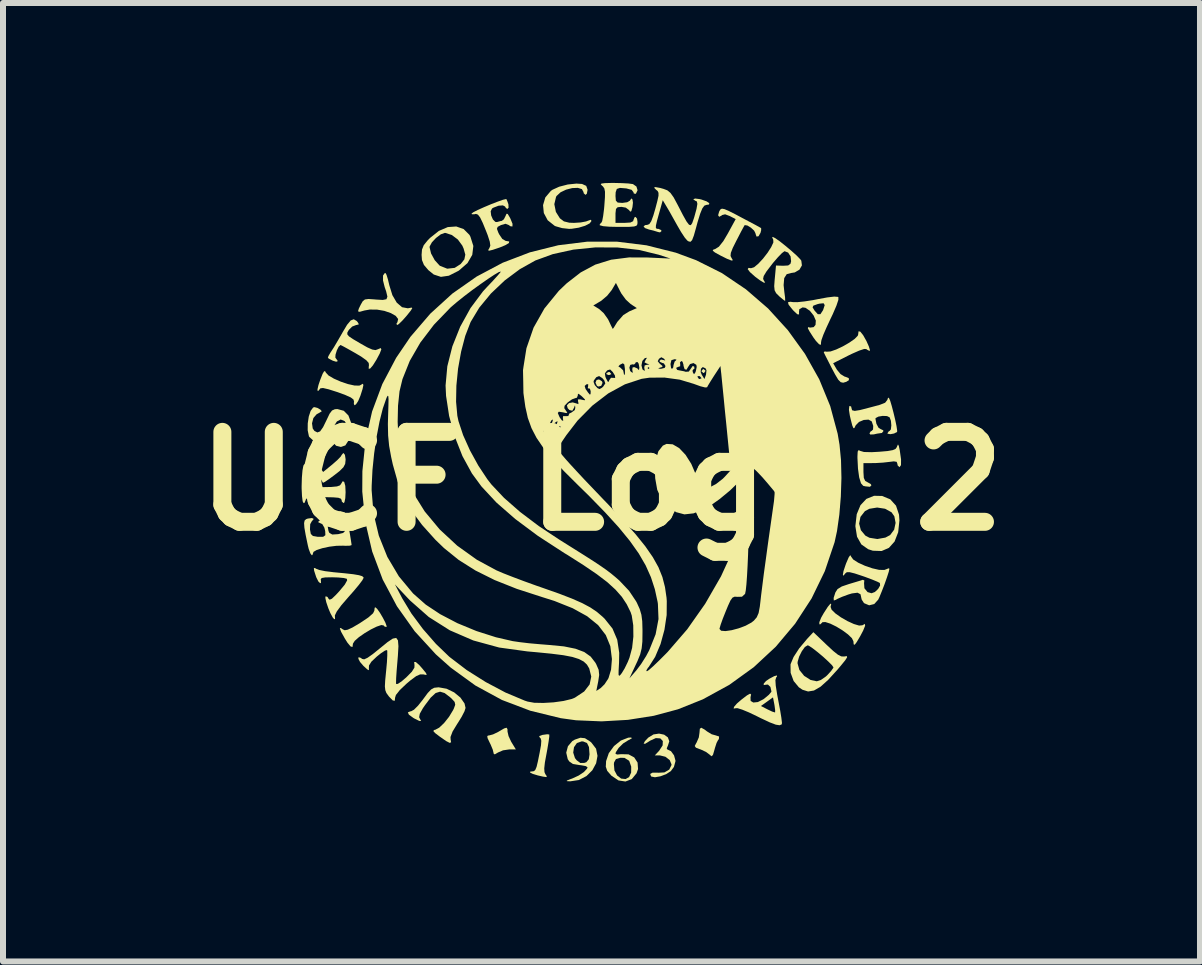
<source format=kicad_pcb>
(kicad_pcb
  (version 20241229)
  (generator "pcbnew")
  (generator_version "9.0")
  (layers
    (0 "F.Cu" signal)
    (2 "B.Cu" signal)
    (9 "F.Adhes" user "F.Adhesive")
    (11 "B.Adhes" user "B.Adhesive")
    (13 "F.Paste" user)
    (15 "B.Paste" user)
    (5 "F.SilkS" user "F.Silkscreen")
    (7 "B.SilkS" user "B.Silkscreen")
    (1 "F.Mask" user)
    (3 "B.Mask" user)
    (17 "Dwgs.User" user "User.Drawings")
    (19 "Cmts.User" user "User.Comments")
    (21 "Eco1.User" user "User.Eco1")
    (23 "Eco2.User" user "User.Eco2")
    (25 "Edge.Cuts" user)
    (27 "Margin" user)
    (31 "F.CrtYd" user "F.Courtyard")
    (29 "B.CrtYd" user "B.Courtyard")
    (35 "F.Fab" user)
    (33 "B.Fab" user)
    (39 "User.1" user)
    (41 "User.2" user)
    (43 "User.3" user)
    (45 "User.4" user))
  (footprint "UCF Logo 2"
    (layer "F.Cu")
    (at 6.979 4.972)
    (property "Reference" "UCF Logo 2" (at 0 0 0) (layer "F.SilkS") (effects (font (size 1.5 1.5) (thickness 0.3))))
    (attr board_only exclude_from_pos_files exclude_from_bom)
    (fp_poly (pts (xy 0.136 -1.818) (xy 0.165 -1.785) (xy 0.132 -1.77) (xy 0.115 -1.769) (xy 0.08 -1.785) (xy 0.084 -1.803) (xy 0.124 -1.822)) (stroke (width 0) (type solid)) (fill yes) (layer "F.SilkS"))
    (fp_poly (pts (xy -0.869 -0.85) (xy -0.867 -0.838) (xy -0.891 -0.791) (xy -0.9 -0.784) (xy -0.931 -0.786) (xy -0.933 -0.797) (xy -0.909 -0.844) (xy -0.9 -0.851)) (stroke (width 0) (type solid)) (fill yes) (layer "F.SilkS"))
    (fp_poly (pts (xy 0.008 -1.664) (xy 0.017 -1.638) (xy -0.006 -1.588) (xy -0.054 -1.577) (xy -0.077 -1.59) (xy -0.101 -1.644) (xy -0.082 -1.687) (xy -0.042 -1.696)) (stroke (width 0) (type solid)) (fill yes) (layer "F.SilkS"))
    (fp_poly (pts (xy 1.732 -1.844) (xy 1.733 -1.836) (xy 1.708 -1.803) (xy 1.7 -1.802) (xy 1.668 -1.828) (xy 1.667 -1.836) (xy 1.692 -1.868) (xy 1.7 -1.869)) (stroke (width 0) (type solid)) (fill yes) (layer "F.SilkS"))
    (fp_poly (pts (xy -1.568 4.135) (xy -1.567 4.177) (xy -1.55 4.251) (xy -1.507 4.343) (xy -1.497 4.36) (xy -1.428 4.473) (xy -1.54 4.473) (xy -1.642 4.488) (xy -1.726 4.524) (xy -1.78 4.556) (xy -1.799 4.543) (xy -1.8 4.532) (xy -1.814 4.475) (xy -1.85 4.389) (xy -1.863 4.363) (xy -1.9 4.285) (xy -1.905 4.249) (xy -1.88 4.239) (xy -1.871 4.239) (xy -1.808 4.222) (xy -1.723 4.181) (xy -1.708 4.172) (xy -1.624 4.123) (xy -1.583 4.111)) (stroke (width 0) (type solid)) (fill yes) (layer "F.SilkS"))
    (fp_poly (pts (xy 1.719 4.142) (xy 1.758 4.172) (xy 1.836 4.22) (xy 1.904 4.239) (xy 1.96 4.257) (xy 1.957 4.3) (xy 1.942 4.319) (xy 1.918 4.365) (xy 1.891 4.449) (xy 1.883 4.479) (xy 1.859 4.561) (xy 1.838 4.587) (xy 1.81 4.568) (xy 1.805 4.562) (xy 1.744 4.516) (xy 1.655 4.474) (xy 1.647 4.472) (xy 1.574 4.444) (xy 1.554 4.416) (xy 1.577 4.371) (xy 1.583 4.362) (xy 1.622 4.273) (xy 1.633 4.198) (xy 1.639 4.129) (xy 1.663 4.111)) (stroke (width 0) (type solid)) (fill yes) (layer "F.SilkS"))
    (fp_poly (pts (xy -0.871 4.224) (xy -0.871 4.26) (xy -0.883 4.346) (xy -0.903 4.467) (xy -0.916 4.538) (xy -0.944 4.689) (xy -0.955 4.789) (xy -0.951 4.852) (xy -0.934 4.89) (xy -0.933 4.89) (xy -0.911 4.922) (xy -0.922 4.934) (xy -0.977 4.926) (xy -1.06 4.907) (xy -1.146 4.881) (xy -1.192 4.858) (xy -1.187 4.842) (xy -1.159 4.84) (xy -1.127 4.835) (xy -1.104 4.814) (xy -1.083 4.764) (xy -1.061 4.672) (xy -1.032 4.529) (xy -1.009 4.403) (xy -1.004 4.328) (xy -1.015 4.288) (xy -1.03 4.274) (xy -1.04 4.251) (xy -0.986 4.231) (xy -0.978 4.23) (xy -0.906 4.22)) (stroke (width 0) (type solid)) (fill yes) (layer "F.SilkS"))
    (fp_poly (pts (xy -4.605 -1.829) (xy -4.597 -1.811) (xy -4.552 -1.762) (xy -4.462 -1.709) (xy -4.348 -1.659) (xy -4.226 -1.618) (xy -4.117 -1.594) (xy -4.038 -1.593) (xy -4.017 -1.602) (xy -3.981 -1.624) (xy -3.97 -1.604) (xy -3.984 -1.537) (xy -4.02 -1.424) (xy -4.057 -1.336) (xy -4.094 -1.28) (xy -4.121 -1.265) (xy -4.13 -1.298) (xy -4.126 -1.326) (xy -4.135 -1.36) (xy -4.18 -1.395) (xy -4.271 -1.436) (xy -4.398 -1.483) (xy -4.549 -1.531) (xy -4.644 -1.553) (xy -4.689 -1.547) (xy -4.692 -1.541) (xy -4.723 -1.504) (xy -4.732 -1.502) (xy -4.736 -1.53) (xy -4.719 -1.603) (xy -4.69 -1.689) (xy -4.65 -1.79) (xy -4.624 -1.834)) (stroke (width 0) (type solid)) (fill yes) (layer "F.SilkS"))
    (fp_poly (pts (xy 3.83 2.048) (xy 3.819 2.096) (xy 3.836 2.143) (xy 3.899 2.205) (xy 3.992 2.271) (xy 4.1 2.333) (xy 4.207 2.382) (xy 4.295 2.408) (xy 4.35 2.403) (xy 4.351 2.402) (xy 4.391 2.38) (xy 4.395 2.411) (xy 4.362 2.492) (xy 4.314 2.583) (xy 4.255 2.683) (xy 4.221 2.728) (xy 4.204 2.721) (xy 4.2 2.671) (xy 4.175 2.619) (xy 4.109 2.555) (xy 4.018 2.488) (xy 3.915 2.425) (xy 3.815 2.376) (xy 3.732 2.349) (xy 3.682 2.352) (xy 3.675 2.362) (xy 3.645 2.389) (xy 3.632 2.385) (xy 3.632 2.35) (xy 3.662 2.276) (xy 3.704 2.202) (xy 3.773 2.095) (xy 3.816 2.043)) (stroke (width 0) (type solid)) (fill yes) (layer "F.SilkS"))
    (fp_poly (pts (xy -3.741 2.129) (xy -3.695 2.194) (xy -3.646 2.277) (xy -3.604 2.358) (xy -3.583 2.416) (xy -3.584 2.431) (xy -3.615 2.426) (xy -3.632 2.406) (xy -3.671 2.399) (xy -3.748 2.425) (xy -3.846 2.473) (xy -3.95 2.535) (xy -4.045 2.601) (xy -4.115 2.663) (xy -4.145 2.71) (xy -4.145 2.715) (xy -4.152 2.765) (xy -4.184 2.756) (xy -4.237 2.692) (xy -4.28 2.623) (xy -4.341 2.513) (xy -4.363 2.455) (xy -4.348 2.447) (xy -4.316 2.47) (xy -4.282 2.486) (xy -4.232 2.477) (xy -4.154 2.441) (xy -4.035 2.371) (xy -4.024 2.364) (xy -3.888 2.273) (xy -3.809 2.203) (xy -3.788 2.16) (xy -3.782 2.111) (xy -3.771 2.103)) (stroke (width 0) (type solid)) (fill yes) (layer "F.SilkS"))
    (fp_poly (pts (xy 4.678 0.247) (xy 4.814 0.303) (xy 4.91 0.409) (xy 4.96 0.559) (xy 4.967 0.654) (xy 4.946 0.852) (xy 4.886 1.007) (xy 4.792 1.112) (xy 4.67 1.165) (xy 4.524 1.16) (xy 4.446 1.135) (xy 4.332 1.055) (xy 4.26 0.927) (xy 4.233 0.756) (xy 4.233 0.743) (xy 4.237 0.708) (xy 4.295 0.708) (xy 4.324 0.818) (xy 4.399 0.908) (xy 4.467 0.944) (xy 4.599 0.965) (xy 4.733 0.941) (xy 4.812 0.899) (xy 4.879 0.809) (xy 4.903 0.696) (xy 4.882 0.586) (xy 4.835 0.519) (xy 4.727 0.46) (xy 4.595 0.44) (xy 4.465 0.461) (xy 4.392 0.5) (xy 4.317 0.596) (xy 4.295 0.708) (xy 4.237 0.708) (xy 4.255 0.551) (xy 4.318 0.4) (xy 4.416 0.296) (xy 4.544 0.244)) (stroke (width 0) (type solid)) (fill yes) (layer "F.SilkS"))
    (fp_poly (pts (xy 4.314 -2.493) (xy 4.361 -2.435) (xy 4.417 -2.336) (xy 4.457 -2.246) (xy 4.475 -2.186) (xy 4.469 -2.17) (xy 4.423 -2.194) (xy 4.417 -2.202) (xy 4.379 -2.204) (xy 4.295 -2.176) (xy 4.177 -2.124) (xy 4.129 -2.101) (xy 3.862 -1.966) (xy 3.924 -1.859) (xy 3.985 -1.785) (xy 4.051 -1.744) (xy 4.06 -1.742) (xy 4.122 -1.718) (xy 4.125 -1.684) (xy 4.081 -1.656) (xy 4.029 -1.641) (xy 3.988 -1.65) (xy 3.947 -1.691) (xy 3.896 -1.776) (xy 3.842 -1.877) (xy 3.783 -1.993) (xy 3.735 -2.087) (xy 3.708 -2.142) (xy 3.705 -2.148) (xy 3.72 -2.163) (xy 3.754 -2.158) (xy 3.818 -2.162) (xy 3.913 -2.195) (xy 4.023 -2.247) (xy 4.131 -2.309) (xy 4.22 -2.371) (xy 4.272 -2.424) (xy 4.279 -2.445) (xy 4.285 -2.498)) (stroke (width 0) (type solid)) (fill yes) (layer "F.SilkS"))
    (fp_poly (pts (xy 4.957 -0.586) (xy 4.972 -0.517) (xy 4.994 -0.362) (xy 4.993 -0.267) (xy 4.969 -0.234) (xy 4.967 -0.234) (xy 4.938 -0.261) (xy 4.933 -0.288) (xy 4.921 -0.322) (xy 4.873 -0.33) (xy 4.808 -0.322) (xy 4.693 -0.309) (xy 4.561 -0.301) (xy 4.525 -0.301) (xy 4.367 -0.3) (xy 4.367 -0.152) (xy 4.373 -0.054) (xy 4.397 -0.003) (xy 4.433 0.017) (xy 4.487 0.047) (xy 4.5 0.069) (xy 4.476 0.094) (xy 4.401 0.087) (xy 4.363 0.078) (xy 4.326 0.036) (xy 4.296 -0.063) (xy 4.276 -0.207) (xy 4.267 -0.386) (xy 4.267 -0.413) (xy 4.271 -0.493) (xy 4.287 -0.518) (xy 4.311 -0.505) (xy 4.376 -0.486) (xy 4.504 -0.483) (xy 4.632 -0.49) (xy 4.77 -0.502) (xy 4.855 -0.517) (xy 4.902 -0.537) (xy 4.924 -0.568) (xy 4.928 -0.581) (xy 4.943 -0.612)) (stroke (width 0) (type solid)) (fill yes) (layer "F.SilkS"))
    (fp_poly (pts (xy 1.044 4.227) (xy 1.106 4.272) (xy 1.13 4.337) (xy 1.108 4.406) (xy 1.087 4.456) (xy 1.097 4.473) (xy 1.158 4.502) (xy 1.209 4.572) (xy 1.233 4.66) (xy 1.233 4.669) (xy 1.207 4.765) (xy 1.155 4.835) (xy 1.078 4.885) (xy 0.982 4.921) (xy 0.891 4.937) (xy 0.83 4.925) (xy 0.826 4.921) (xy 0.811 4.882) (xy 0.851 4.86) (xy 0.934 4.86) (xy 0.945 4.862) (xy 1.049 4.856) (xy 1.129 4.809) (xy 1.166 4.735) (xy 1.167 4.723) (xy 1.137 4.651) (xy 1.065 4.595) (xy 0.975 4.573) (xy 0.888 4.573) (xy 0.961 4.495) (xy 1.019 4.405) (xy 1.022 4.333) (xy 0.98 4.289) (xy 0.905 4.284) (xy 0.808 4.328) (xy 0.796 4.337) (xy 0.727 4.379) (xy 0.702 4.376) (xy 0.723 4.336) (xy 0.78 4.276) (xy 0.866 4.223) (xy 0.959 4.209)) (stroke (width 0) (type solid)) (fill yes) (layer "F.SilkS"))
    (fp_poly (pts (xy -3.585 -3.441) (xy -3.561 -3.363) (xy -3.538 -3.266) (xy -3.487 -3.101) (xy -3.414 -2.976) (xy -3.326 -2.9) (xy -3.23 -2.882) (xy -3.212 -2.885) (xy -3.167 -2.894) (xy -3.155 -2.885) (xy -3.179 -2.845) (xy -3.242 -2.766) (xy -3.251 -2.755) (xy -3.323 -2.674) (xy -3.381 -2.618) (xy -3.408 -2.603) (xy -3.42 -2.623) (xy -3.403 -2.65) (xy -3.391 -2.703) (xy -3.432 -2.756) (xy -3.513 -2.802) (xy -3.621 -2.839) (xy -3.742 -2.86) (xy -3.864 -2.861) (xy -3.954 -2.845) (xy -4.032 -2.823) (xy -4.06 -2.831) (xy -4.046 -2.878) (xy -4.014 -2.943) (xy -3.981 -3) (xy -3.945 -3.029) (xy -3.885 -3.037) (xy -3.782 -3.03) (xy -3.764 -3.028) (xy -3.647 -3.021) (xy -3.586 -3.033) (xy -3.57 -3.076) (xy -3.591 -3.164) (xy -3.615 -3.234) (xy -3.643 -3.345) (xy -3.643 -3.428) (xy -3.614 -3.469) (xy -3.603 -3.471)) (stroke (width 0) (type solid)) (fill yes) (layer "F.SilkS"))
    (fp_poly (pts (xy -0.325 -4.955) (xy -0.255 -4.923) (xy -0.233 -4.86) (xy -0.233 -4.854) (xy -0.245 -4.792) (xy -0.267 -4.773) (xy -0.297 -4.8) (xy -0.3 -4.819) (xy -0.327 -4.869) (xy -0.395 -4.89) (xy -0.489 -4.886) (xy -0.591 -4.86) (xy -0.683 -4.816) (xy -0.749 -4.755) (xy -0.758 -4.74) (xy -0.787 -4.618) (xy -0.761 -4.489) (xy -0.694 -4.382) (xy -0.627 -4.331) (xy -0.538 -4.309) (xy -0.459 -4.306) (xy -0.348 -4.313) (xy -0.257 -4.33) (xy -0.231 -4.34) (xy -0.179 -4.358) (xy -0.167 -4.338) (xy -0.197 -4.298) (xy -0.274 -4.258) (xy -0.38 -4.226) (xy -0.495 -4.208) (xy -0.541 -4.206) (xy -0.658 -4.219) (xy -0.766 -4.25) (xy -0.783 -4.258) (xy -0.898 -4.35) (xy -0.962 -4.47) (xy -0.975 -4.602) (xy -0.937 -4.73) (xy -0.845 -4.839) (xy -0.818 -4.858) (xy -0.706 -4.909) (xy -0.563 -4.946) (xy -0.419 -4.961)) (stroke (width 0) (type solid)) (fill yes) (layer "F.SilkS"))
    (fp_poly (pts (xy -2.299 -4.203) (xy -2.203 -4.107) (xy -2.186 -4.076) (xy -2.137 -3.921) (xy -2.155 -3.773) (xy -2.235 -3.635) (xy -2.378 -3.511) (xy -2.392 -3.503) (xy -2.546 -3.425) (xy -2.678 -3.406) (xy -2.797 -3.445) (xy -2.887 -3.518) (xy -2.961 -3.605) (xy -2.994 -3.687) (xy -3 -3.773) (xy -2.993 -3.862) (xy -2.977 -3.901) (xy -2.867 -3.901) (xy -2.842 -3.796) (xy -2.781 -3.684) (xy -2.701 -3.596) (xy -2.693 -3.59) (xy -2.572 -3.542) (xy -2.448 -3.556) (xy -2.348 -3.62) (xy -2.287 -3.698) (xy -2.271 -3.776) (xy -2.299 -3.877) (xy -2.321 -3.927) (xy -2.395 -4.028) (xy -2.496 -4.104) (xy -2.602 -4.138) (xy -2.612 -4.139) (xy -2.68 -4.115) (xy -2.759 -4.055) (xy -2.828 -3.982) (xy -2.865 -3.914) (xy -2.867 -3.901) (xy -2.977 -3.901) (xy -2.964 -3.934) (xy -2.901 -4.012) (xy -2.858 -4.056) (xy -2.712 -4.172) (xy -2.563 -4.236) (xy -2.422 -4.246)) (stroke (width 0) (type solid)) (fill yes) (layer "F.SilkS"))
    (fp_poly (pts (xy 0.509 4.284) (xy 0.466 4.311) (xy 0.446 4.32) (xy 0.361 4.373) (xy 0.286 4.447) (xy 0.239 4.519) (xy 0.233 4.546) (xy 0.261 4.558) (xy 0.329 4.552) (xy 0.329 4.552) (xy 0.45 4.555) (xy 0.545 4.606) (xy 0.601 4.692) (xy 0.609 4.8) (xy 0.584 4.871) (xy 0.504 4.968) (xy 0.399 5.008) (xy 0.283 4.99) (xy 0.167 4.912) (xy 0.16 4.905) (xy 0.095 4.83) (xy 0.071 4.761) (xy 0.074 4.717) (xy 0.206 4.717) (xy 0.215 4.823) (xy 0.26 4.907) (xy 0.327 4.959) (xy 0.402 4.967) (xy 0.46 4.933) (xy 0.494 4.859) (xy 0.495 4.76) (xy 0.463 4.668) (xy 0.457 4.66) (xy 0.383 4.614) (xy 0.315 4.612) (xy 0.241 4.633) (xy 0.21 4.688) (xy 0.206 4.717) (xy 0.074 4.717) (xy 0.076 4.668) (xy 0.121 4.536) (xy 0.208 4.417) (xy 0.322 4.325) (xy 0.445 4.277) (xy 0.49 4.274)) (stroke (width 0) (type solid)) (fill yes) (layer "F.SilkS"))
    (fp_poly (pts (xy -0.276 4.286) (xy -0.19 4.341) (xy -0.169 4.359) (xy -0.091 4.461) (xy -0.067 4.58) (xy -0.09 4.704) (xy -0.153 4.82) (xy -0.251 4.917) (xy -0.377 4.983) (xy -0.522 5.005) (xy -0.577 5.002) (xy -0.579 4.993) (xy -0.523 4.97) (xy -0.489 4.958) (xy -0.382 4.909) (xy -0.294 4.85) (xy -0.241 4.793) (xy -0.233 4.77) (xy -0.263 4.751) (xy -0.338 4.737) (xy -0.374 4.733) (xy -0.476 4.716) (xy -0.537 4.674) (xy -0.563 4.636) (xy -0.588 4.529) (xy -0.588 4.526) (xy -0.472 4.526) (xy -0.443 4.617) (xy -0.414 4.654) (xy -0.353 4.699) (xy -0.289 4.698) (xy -0.253 4.686) (xy -0.212 4.636) (xy -0.2 4.555) (xy -0.209 4.434) (xy -0.242 4.366) (xy -0.306 4.34) (xy -0.333 4.339) (xy -0.411 4.367) (xy -0.459 4.436) (xy -0.472 4.526) (xy -0.588 4.526) (xy -0.56 4.42) (xy -0.486 4.333) (xy -0.446 4.31) (xy -0.352 4.278)) (stroke (width 0) (type solid)) (fill yes) (layer "F.SilkS"))
    (fp_poly (pts (xy 2.051 -4.535) (xy 2.123 -4.504) (xy 2.236 -4.447) (xy 2.326 -4.399) (xy 2.458 -4.329) (xy 2.566 -4.272) (xy 2.638 -4.232) (xy 2.661 -4.219) (xy 2.662 -4.185) (xy 2.651 -4.141) (xy 2.618 -4.083) (xy 2.584 -4.078) (xy 2.567 -4.127) (xy 2.567 -4.133) (xy 2.544 -4.177) (xy 2.491 -4.226) (xy 2.432 -4.262) (xy 2.389 -4.269) (xy 2.384 -4.265) (xy 2.366 -4.233) (xy 2.325 -4.157) (xy 2.27 -4.05) (xy 2.251 -4.014) (xy 2.188 -3.888) (xy 2.156 -3.806) (xy 2.151 -3.754) (xy 2.167 -3.722) (xy 2.19 -3.683) (xy 2.166 -3.678) (xy 2.091 -3.708) (xy 1.983 -3.762) (xy 1.892 -3.812) (xy 1.854 -3.842) (xy 1.862 -3.859) (xy 1.895 -3.87) (xy 1.957 -3.909) (xy 2.031 -4.002) (xy 2.106 -4.129) (xy 2.237 -4.369) (xy 2.14 -4.419) (xy 2.061 -4.449) (xy 2.011 -4.437) (xy 2.006 -4.431) (xy 1.962 -4.407) (xy 1.944 -4.433) (xy 1.961 -4.494) (xy 1.965 -4.502) (xy 1.983 -4.531) (xy 2.008 -4.543)) (stroke (width 0) (type solid)) (fill yes) (layer "F.SilkS"))
    (fp_poly (pts (xy -4.771 1.452) (xy -4.758 1.461) (xy -4.706 1.481) (xy -4.608 1.501) (xy -4.485 1.516) (xy -4.483 1.517) (xy -4.283 1.536) (xy -4.139 1.552) (xy -4.045 1.568) (xy -3.991 1.584) (xy -3.969 1.603) (xy -3.967 1.613) (xy -3.988 1.653) (xy -4.046 1.73) (xy -4.131 1.832) (xy -4.216 1.928) (xy -4.337 2.068) (xy -4.414 2.173) (xy -4.446 2.239) (xy -4.445 2.253) (xy -4.443 2.296) (xy -4.455 2.303) (xy -4.481 2.274) (xy -4.521 2.2) (xy -4.555 2.119) (xy -4.589 2.019) (xy -4.605 1.946) (xy -4.6 1.919) (xy -4.568 1.931) (xy -4.553 1.958) (xy -4.533 1.977) (xy -4.495 1.96) (xy -4.431 1.899) (xy -4.37 1.833) (xy -4.28 1.724) (xy -4.241 1.654) (xy -4.246 1.628) (xy -4.297 1.615) (xy -4.393 1.606) (xy -4.491 1.603) (xy -4.605 1.605) (xy -4.665 1.615) (xy -4.682 1.636) (xy -4.679 1.652) (xy -4.677 1.695) (xy -4.69 1.702) (xy -4.72 1.674) (xy -4.755 1.605) (xy -4.76 1.591) (xy -4.792 1.492) (xy -4.796 1.447)) (stroke (width 0) (type solid)) (fill yes) (layer "F.SilkS"))
    (fp_poly (pts (xy 3.754 2.73) (xy 3.864 2.832) (xy 3.942 2.894) (xy 3.998 2.922) (xy 4.046 2.924) (xy 4.059 2.921) (xy 4.092 2.918) (xy 4.094 2.938) (xy 4.063 2.987) (xy 3.993 3.073) (xy 3.933 3.144) (xy 3.779 3.313) (xy 3.651 3.428) (xy 3.542 3.491) (xy 3.444 3.507) (xy 3.351 3.478) (xy 3.29 3.437) (xy 3.203 3.332) (xy 3.153 3.196) (xy 3.151 3.06) (xy 3.153 3.049) (xy 3.158 3.037) (xy 3.268 3.037) (xy 3.299 3.148) (xy 3.378 3.246) (xy 3.486 3.315) (xy 3.589 3.337) (xy 3.657 3.315) (xy 3.739 3.258) (xy 3.764 3.235) (xy 3.827 3.166) (xy 3.863 3.115) (xy 3.867 3.105) (xy 3.843 3.069) (xy 3.78 3.006) (xy 3.696 2.929) (xy 3.603 2.851) (xy 3.518 2.785) (xy 3.456 2.744) (xy 3.437 2.737) (xy 3.391 2.765) (xy 3.34 2.835) (xy 3.295 2.925) (xy 3.27 3.011) (xy 3.268 3.037) (xy 3.158 3.037) (xy 3.202 2.932) (xy 3.295 2.789) (xy 3.425 2.633) (xy 3.438 2.619) (xy 3.532 2.518)) (stroke (width 0) (type solid)) (fill yes) (layer "F.SilkS"))
    (fp_poly (pts (xy -4.737 -1.221) (xy -4.688 -1.193) (xy -4.665 -1.167) (xy -4.668 -1.162) (xy -4.706 -1.139) (xy -4.75 -1.115) (xy -4.804 -1.053) (xy -4.827 -0.964) (xy -4.815 -0.878) (xy -4.786 -0.837) (xy -4.737 -0.812) (xy -4.692 -0.83) (xy -4.643 -0.899) (xy -4.583 -1.021) (xy -4.534 -1.124) (xy -4.493 -1.178) (xy -4.446 -1.199) (xy -4.404 -1.202) (xy -4.297 -1.173) (xy -4.22 -1.095) (xy -4.177 -0.979) (xy -4.174 -0.84) (xy -4.213 -0.688) (xy -4.215 -0.683) (xy -4.271 -0.596) (xy -4.345 -0.57) (xy -4.425 -0.59) (xy -4.453 -0.62) (xy -4.43 -0.652) (xy -4.371 -0.668) (xy -4.37 -0.668) (xy -4.307 -0.697) (xy -4.262 -0.768) (xy -4.24 -0.859) (xy -4.249 -0.947) (xy -4.283 -1.001) (xy -4.349 -1.028) (xy -4.412 -0.995) (xy -4.475 -0.898) (xy -4.494 -0.856) (xy -4.547 -0.76) (xy -4.605 -0.688) (xy -4.628 -0.67) (xy -4.717 -0.653) (xy -4.808 -0.679) (xy -4.872 -0.737) (xy -4.879 -0.751) (xy -4.899 -0.848) (xy -4.898 -0.963) (xy -4.881 -1.077) (xy -4.85 -1.171) (xy -4.809 -1.227) (xy -4.786 -1.234)) (stroke (width 0) (type solid)) (fill yes) (layer "F.SilkS"))
    (fp_poly (pts (xy -4.083 -2.671) (xy -4.067 -2.653) (xy -4.045 -2.615) (xy -4.08 -2.604) (xy -4.092 -2.603) (xy -4.158 -2.577) (xy -4.213 -2.521) (xy -4.237 -2.48) (xy -4.239 -2.448) (xy -4.211 -2.414) (xy -4.143 -2.368) (xy -4.028 -2.3) (xy -3.904 -2.23) (xy -3.822 -2.194) (xy -3.768 -2.185) (xy -3.728 -2.199) (xy -3.681 -2.219) (xy -3.671 -2.197) (xy -3.698 -2.127) (xy -3.753 -2.024) (xy -3.812 -1.93) (xy -3.857 -1.878) (xy -3.882 -1.873) (xy -3.88 -1.921) (xy -3.877 -1.931) (xy -3.882 -1.971) (xy -3.922 -2.016) (xy -4.006 -2.076) (xy -4.1 -2.132) (xy -4.211 -2.195) (xy -4.298 -2.243) (xy -4.347 -2.268) (xy -4.352 -2.27) (xy -4.382 -2.242) (xy -4.413 -2.18) (xy -4.435 -2.109) (xy -4.438 -2.06) (xy -4.433 -2.053) (xy -4.401 -2.009) (xy -4.4 -1.999) (xy -4.424 -1.991) (xy -4.48 -2.008) (xy -4.542 -2.04) (xy -4.562 -2.055) (xy -4.553 -2.086) (xy -4.516 -2.149) (xy -4.509 -2.159) (xy -4.46 -2.235) (xy -4.394 -2.347) (xy -4.323 -2.47) (xy -4.319 -2.478) (xy -4.242 -2.607) (xy -4.182 -2.679) (xy -4.131 -2.699)) (stroke (width 0) (type solid)) (fill yes) (layer "F.SilkS"))
    (fp_poly (pts (xy 3.943 -3.072) (xy 3.949 -3.068) (xy 3.949 -3.023) (xy 3.917 -2.927) (xy 3.855 -2.783) (xy 3.815 -2.7) (xy 3.75 -2.56) (xy 3.698 -2.44) (xy 3.667 -2.353) (xy 3.66 -2.316) (xy 3.658 -2.273) (xy 3.627 -2.282) (xy 3.574 -2.339) (xy 3.533 -2.395) (xy 3.469 -2.495) (xy 3.44 -2.549) (xy 3.444 -2.568) (xy 3.478 -2.56) (xy 3.537 -2.568) (xy 3.568 -2.605) (xy 3.573 -2.677) (xy 3.536 -2.762) (xy 3.474 -2.84) (xy 3.401 -2.89) (xy 3.353 -2.897) (xy 3.298 -2.867) (xy 3.293 -2.829) (xy 3.293 -2.779) (xy 3.263 -2.783) (xy 3.201 -2.842) (xy 3.183 -2.862) (xy 3.154 -2.898) (xy 3.519 -2.898) (xy 3.551 -2.845) (xy 3.606 -2.783) (xy 3.649 -2.783) (xy 3.691 -2.847) (xy 3.696 -2.858) (xy 3.721 -2.935) (xy 3.702 -2.966) (xy 3.632 -2.959) (xy 3.6 -2.951) (xy 3.532 -2.926) (xy 3.519 -2.898) (xy 3.154 -2.898) (xy 3.12 -2.941) (xy 3.108 -2.982) (xy 3.146 -2.991) (xy 3.192 -2.985) (xy 3.264 -2.984) (xy 3.381 -2.996) (xy 3.524 -3.018) (xy 3.6 -3.033) (xy 3.763 -3.063) (xy 3.88 -3.077)) (stroke (width 0) (type solid)) (fill yes) (layer "F.SilkS"))
    (fp_poly (pts (xy -2.583 3.461) (xy -2.457 3.522) (xy -2.352 3.609) (xy -2.284 3.707) (xy -2.267 3.781) (xy -2.285 3.838) (xy -2.332 3.929) (xy -2.398 4.036) (xy -2.402 4.041) (xy -2.483 4.174) (xy -2.518 4.266) (xy -2.516 4.307) (xy -2.508 4.354) (xy -2.531 4.364) (xy -2.59 4.334) (xy -2.693 4.262) (xy -2.695 4.261) (xy -2.775 4.2) (xy -2.805 4.166) (xy -2.791 4.149) (xy -2.771 4.145) (xy -2.706 4.11) (xy -2.625 4.033) (xy -2.543 3.93) (xy -2.475 3.818) (xy -2.462 3.791) (xy -2.439 3.728) (xy -2.449 3.681) (xy -2.5 3.625) (xy -2.527 3.601) (xy -2.616 3.533) (xy -2.692 3.51) (xy -2.766 3.533) (xy -2.847 3.608) (xy -2.945 3.738) (xy -2.978 3.786) (xy -3.03 3.878) (xy -3.041 3.936) (xy -3.028 3.961) (xy -3.008 3.999) (xy -3.038 3.998) (xy -3.116 3.96) (xy -3.137 3.948) (xy -3.212 3.893) (xy -3.229 3.855) (xy -3.187 3.838) (xy -3.175 3.837) (xy -3.127 3.811) (xy -3.058 3.742) (xy -2.979 3.643) (xy -2.975 3.637) (xy -2.898 3.533) (xy -2.841 3.473) (xy -2.789 3.445) (xy -2.725 3.438) (xy -2.712 3.438)) (stroke (width 0) (type solid)) (fill yes) (layer "F.SilkS"))
    (fp_poly (pts (xy 2.926 3.256) (xy 2.912 3.273) (xy 2.899 3.317) (xy 2.905 3.411) (xy 2.929 3.561) (xy 2.95 3.672) (xy 2.978 3.82) (xy 2.998 3.942) (xy 3.008 4.025) (xy 3.006 4.054) (xy 2.969 4.07) (xy 2.905 4.06) (xy 2.805 4.022) (xy 2.66 3.954) (xy 2.588 3.918) (xy 2.458 3.856) (xy 2.347 3.81) (xy 2.27 3.786) (xy 2.246 3.785) (xy 2.203 3.792) (xy 2.209 3.764) (xy 2.222 3.749) (xy 2.658 3.749) (xy 2.771 3.807) (xy 2.845 3.842) (xy 2.89 3.856) (xy 2.894 3.855) (xy 2.895 3.819) (xy 2.885 3.743) (xy 2.882 3.725) (xy 2.859 3.605) (xy 2.759 3.677) (xy 2.658 3.749) (xy 2.222 3.749) (xy 2.257 3.708) (xy 2.331 3.644) (xy 2.425 3.572) (xy 2.477 3.543) (xy 2.494 3.557) (xy 2.484 3.602) (xy 2.486 3.664) (xy 2.531 3.691) (xy 2.607 3.683) (xy 2.698 3.637) (xy 2.718 3.622) (xy 2.789 3.563) (xy 2.829 3.516) (xy 2.833 3.506) (xy 2.816 3.431) (xy 2.775 3.392) (xy 2.747 3.393) (xy 2.704 3.4) (xy 2.705 3.375) (xy 2.742 3.333) (xy 2.797 3.295) (xy 2.878 3.252) (xy 2.924 3.239)) (stroke (width 0) (type solid)) (fill yes) (layer "F.SilkS"))
    (fp_poly (pts (xy 2.897 -4.051) (xy 2.974 -3.997) (xy 3.068 -3.922) (xy 3.167 -3.839) (xy 3.254 -3.761) (xy 3.314 -3.699) (xy 3.331 -3.676) (xy 3.341 -3.597) (xy 3.3 -3.526) (xy 3.222 -3.48) (xy 3.165 -3.471) (xy 3.088 -3.451) (xy 3.046 -3.385) (xy 3.036 -3.268) (xy 3.048 -3.154) (xy 3.06 -3.065) (xy 3.062 -3.012) (xy 3.06 -3.005) (xy 3.031 -3.025) (xy 2.972 -3.074) (xy 2.959 -3.086) (xy 2.911 -3.134) (xy 2.886 -3.182) (xy 2.879 -3.251) (xy 2.887 -3.362) (xy 2.889 -3.38) (xy 2.909 -3.595) (xy 3.029 -3.591) (xy 3.112 -3.596) (xy 3.15 -3.624) (xy 3.161 -3.665) (xy 3.152 -3.748) (xy 3.111 -3.811) (xy 3.054 -3.833) (xy 3.047 -3.831) (xy 3.008 -3.802) (xy 2.941 -3.733) (xy 2.859 -3.638) (xy 2.836 -3.608) (xy 2.75 -3.496) (xy 2.704 -3.42) (xy 2.694 -3.373) (xy 2.704 -3.35) (xy 2.728 -3.31) (xy 2.707 -3.309) (xy 2.648 -3.344) (xy 2.563 -3.407) (xy 2.475 -3.485) (xy 2.437 -3.535) (xy 2.452 -3.556) (xy 2.492 -3.55) (xy 2.543 -3.566) (xy 2.613 -3.624) (xy 2.692 -3.709) (xy 2.768 -3.807) (xy 2.829 -3.902) (xy 2.865 -3.98) (xy 2.863 -4.026) (xy 2.845 -4.064) (xy 2.855 -4.072)) (stroke (width 0) (type solid)) (fill yes) (layer "F.SilkS"))
    (fp_poly (pts (xy -4.278 -0.438) (xy -4.267 -0.366) (xy -4.267 -0.354) (xy -4.274 -0.288) (xy -4.303 -0.232) (xy -4.366 -0.169) (xy -4.453 -0.101) (xy -4.545 -0.033) (xy -4.613 0.013) (xy -4.644 0.028) (xy -4.644 0.028) (xy -4.698 -0.063) (xy -4.749 -0.106) (xy -4.818 -0.117) (xy -4.82 -0.117) (xy -4.888 -0.108) (xy -4.918 -0.067) (xy -4.927 -0.008) (xy -4.938 0.1) (xy -4.651 0.1) (xy -4.504 0.097) (xy -4.411 0.088) (xy -4.362 0.071) (xy -4.345 0.05) (xy -4.315 0.001) (xy -4.29 0.013) (xy -4.272 0.079) (xy -4.267 0.184) (xy -4.272 0.284) (xy -4.286 0.351) (xy -4.3 0.367) (xy -4.33 0.34) (xy -4.333 0.317) (xy -4.345 0.293) (xy -4.388 0.277) (xy -4.473 0.27) (xy -4.612 0.267) (xy -4.633 0.267) (xy -4.78 0.269) (xy -4.871 0.276) (xy -4.918 0.29) (xy -4.933 0.313) (xy -4.933 0.317) (xy -4.951 0.361) (xy -4.967 0.367) (xy -4.983 0.336) (xy -4.994 0.249) (xy -5 0.12) (xy -5 0.081) (xy -4.996 -0.058) (xy -4.986 -0.177) (xy -4.971 -0.256) (xy -4.965 -0.269) (xy -4.905 -0.324) (xy -4.824 -0.328) (xy -4.741 -0.282) (xy -4.706 -0.243) (xy -4.641 -0.153) (xy -4.487 -0.279) (xy -4.405 -0.351) (xy -4.349 -0.409) (xy -4.333 -0.436) (xy -4.308 -0.466) (xy -4.3 -0.467)) (stroke (width 0) (type solid)) (fill yes) (layer "F.SilkS"))
    (fp_poly (pts (xy -1.586 -4.702) (xy -1.569 -4.664) (xy -1.552 -4.614) (xy -1.55 -4.558) (xy -1.573 -4.537) (xy -1.603 -4.566) (xy -1.607 -4.578) (xy -1.645 -4.598) (xy -1.717 -4.592) (xy -1.799 -4.561) (xy -1.825 -4.546) (xy -1.848 -4.5) (xy -1.84 -4.43) (xy -1.811 -4.363) (xy -1.77 -4.322) (xy -1.743 -4.32) (xy -1.68 -4.337) (xy -1.663 -4.339) (xy -1.628 -4.366) (xy -1.604 -4.413) (xy -1.584 -4.458) (xy -1.564 -4.455) (xy -1.531 -4.4) (xy -1.519 -4.377) (xy -1.484 -4.291) (xy -1.485 -4.246) (xy -1.52 -4.25) (xy -1.545 -4.269) (xy -1.601 -4.291) (xy -1.677 -4.269) (xy -1.731 -4.24) (xy -1.744 -4.207) (xy -1.721 -4.145) (xy -1.708 -4.118) (xy -1.654 -4.038) (xy -1.597 -4.005) (xy -1.594 -4.005) (xy -1.539 -3.996) (xy -1.544 -3.97) (xy -1.604 -3.934) (xy -1.696 -3.896) (xy -1.812 -3.857) (xy -1.874 -3.842) (xy -1.891 -3.85) (xy -1.872 -3.882) (xy -1.87 -3.885) (xy -1.854 -3.926) (xy -1.863 -3.993) (xy -1.898 -4.101) (xy -1.921 -4.16) (xy -1.98 -4.305) (xy -2.024 -4.396) (xy -2.06 -4.443) (xy -2.094 -4.456) (xy -2.119 -4.45) (xy -2.161 -4.449) (xy -2.167 -4.461) (xy -2.138 -4.483) (xy -2.064 -4.521) (xy -1.961 -4.567) (xy -1.845 -4.616) (xy -1.734 -4.659) (xy -1.644 -4.691) (xy -1.592 -4.703)) (stroke (width 0) (type solid)) (fill yes) (layer "F.SilkS"))
    (fp_poly (pts (xy -3.394 2.655) (xy -3.386 2.752) (xy -3.395 2.909) (xy -3.404 3.018) (xy -3.416 3.162) (xy -3.424 3.282) (xy -3.426 3.361) (xy -3.424 3.383) (xy -3.396 3.38) (xy -3.334 3.339) (xy -3.256 3.272) (xy -3.163 3.178) (xy -3.12 3.11) (xy -3.118 3.066) (xy -3.124 3.015) (xy -3.096 3.016) (xy -3.037 3.068) (xy -2.987 3.125) (xy -2.929 3.196) (xy -2.913 3.227) (xy -2.935 3.23) (xy -2.97 3.222) (xy -3.024 3.222) (xy -3.09 3.251) (xy -3.181 3.318) (xy -3.25 3.376) (xy -3.363 3.483) (xy -3.428 3.565) (xy -3.442 3.61) (xy -3.447 3.662) (xy -3.481 3.656) (xy -3.544 3.591) (xy -3.554 3.577) (xy -3.587 3.532) (xy -3.605 3.485) (xy -3.612 3.422) (xy -3.607 3.326) (xy -3.593 3.181) (xy -3.591 3.162) (xy -3.578 3.021) (xy -3.572 2.907) (xy -3.572 2.834) (xy -3.576 2.816) (xy -3.61 2.825) (xy -3.677 2.869) (xy -3.747 2.925) (xy -3.837 3.01) (xy -3.877 3.074) (xy -3.879 3.121) (xy -3.877 3.152) (xy -3.904 3.14) (xy -3.969 3.081) (xy -3.97 3.08) (xy -4.026 3.015) (xy -4.054 2.962) (xy -4.051 2.935) (xy -4.015 2.946) (xy -3.991 2.964) (xy -3.957 2.971) (xy -3.901 2.945) (xy -3.813 2.883) (xy -3.692 2.785) (xy -3.567 2.683) (xy -3.48 2.625) (xy -3.423 2.614)) (stroke (width 0) (type solid)) (fill yes) (layer "F.SilkS"))
    (fp_poly (pts (xy 4.16 1.254) (xy 4.16 1.256) (xy 4.196 1.306) (xy 4.28 1.36) (xy 4.392 1.411) (xy 4.514 1.453) (xy 4.627 1.479) (xy 4.714 1.481) (xy 4.74 1.472) (xy 4.787 1.453) (xy 4.8 1.461) (xy 4.789 1.511) (xy 4.759 1.604) (xy 4.719 1.718) (xy 4.674 1.834) (xy 4.634 1.932) (xy 4.613 1.976) (xy 4.547 2.049) (xy 4.462 2.07) (xy 4.381 2.036) (xy 4.373 2.029) (xy 4.338 1.975) (xy 4.333 1.954) (xy 4.318 1.886) (xy 4.268 1.86) (xy 4.175 1.872) (xy 4.115 1.89) (xy 4.012 1.928) (xy 3.933 1.963) (xy 3.908 1.978) (xy 3.873 1.99) (xy 3.87 1.947) (xy 3.899 1.856) (xy 3.935 1.8) (xy 4.006 1.756) (xy 4.124 1.716) (xy 4.234 1.683) (xy 4.32 1.657) (xy 4.356 1.645) (xy 4.382 1.656) (xy 4.377 1.7) (xy 4.383 1.786) (xy 4.436 1.85) (xy 4.502 1.869) (xy 4.558 1.848) (xy 4.612 1.797) (xy 4.645 1.74) (xy 4.641 1.698) (xy 4.641 1.698) (xy 4.6 1.677) (xy 4.513 1.641) (xy 4.395 1.597) (xy 4.355 1.583) (xy 4.222 1.539) (xy 4.138 1.518) (xy 4.09 1.518) (xy 4.066 1.537) (xy 4.065 1.537) (xy 4.034 1.577) (xy 4.024 1.562) (xy 4.034 1.501) (xy 4.066 1.404) (xy 4.079 1.368) (xy 4.121 1.271) (xy 4.147 1.234)) (stroke (width 0) (type solid)) (fill yes) (layer "F.SilkS"))
    (fp_poly (pts (xy 4.794 -1.383) (xy 4.813 -1.34) (xy 4.839 -1.253) (xy 4.868 -1.142) (xy 4.896 -1.025) (xy 4.918 -0.919) (xy 4.929 -0.845) (xy 4.928 -0.82) (xy 4.877 -0.794) (xy 4.815 -0.783) (xy 4.772 -0.79) (xy 4.767 -0.799) (xy 4.791 -0.833) (xy 4.8 -0.834) (xy 4.824 -0.862) (xy 4.832 -0.929) (xy 4.825 -1.006) (xy 4.804 -1.063) (xy 4.76 -1.085) (xy 4.688 -1.088) (xy 4.616 -1.076) (xy 4.571 -1.052) (xy 4.567 -1.04) (xy 4.583 -0.957) (xy 4.618 -0.891) (xy 4.654 -0.868) (xy 4.696 -0.848) (xy 4.7 -0.834) (xy 4.674 -0.803) (xy 4.658 -0.801) (xy 4.594 -0.792) (xy 4.542 -0.78) (xy 4.482 -0.777) (xy 4.467 -0.797) (xy 4.49 -0.833) (xy 4.5 -0.834) (xy 4.527 -0.861) (xy 4.53 -0.922) (xy 4.507 -0.99) (xy 4.504 -0.997) (xy 4.451 -1.026) (xy 4.372 -1.02) (xy 4.293 -0.987) (xy 4.239 -0.932) (xy 4.234 -0.923) (xy 4.216 -0.885) (xy 4.2 -0.883) (xy 4.181 -0.927) (xy 4.156 -1.024) (xy 4.14 -1.093) (xy 4.125 -1.189) (xy 4.131 -1.247) (xy 4.137 -1.254) (xy 4.162 -1.244) (xy 4.167 -1.22) (xy 4.178 -1.182) (xy 4.221 -1.171) (xy 4.308 -1.185) (xy 4.367 -1.2) (xy 4.478 -1.229) (xy 4.603 -1.262) (xy 4.625 -1.267) (xy 4.728 -1.307) (xy 4.766 -1.355) (xy 4.767 -1.36) (xy 4.778 -1.393)) (stroke (width 0) (type solid)) (fill yes) (layer "F.SilkS"))
    (fp_poly (pts (xy 0.98 -4.888) (xy 1.033 -4.873) (xy 1.097 -4.849) (xy 1.149 -4.806) (xy 1.202 -4.732) (xy 1.267 -4.611) (xy 1.275 -4.596) (xy 1.358 -4.435) (xy 1.417 -4.33) (xy 1.459 -4.275) (xy 1.488 -4.267) (xy 1.512 -4.302) (xy 1.537 -4.374) (xy 1.547 -4.405) (xy 1.584 -4.54) (xy 1.598 -4.623) (xy 1.589 -4.664) (xy 1.567 -4.673) (xy 1.534 -4.695) (xy 1.533 -4.702) (xy 1.562 -4.712) (xy 1.633 -4.703) (xy 1.667 -4.695) (xy 1.753 -4.664) (xy 1.797 -4.634) (xy 1.792 -4.612) (xy 1.749 -4.606) (xy 1.714 -4.593) (xy 1.68 -4.546) (xy 1.644 -4.457) (xy 1.601 -4.317) (xy 1.576 -4.224) (xy 1.539 -4.093) (xy 1.51 -4.018) (xy 1.482 -3.99) (xy 1.448 -3.999) (xy 1.428 -4.013) (xy 1.386 -4.063) (xy 1.327 -4.153) (xy 1.267 -4.256) (xy 1.198 -4.379) (xy 1.132 -4.497) (xy 1.089 -4.57) (xy 1.021 -4.684) (xy 0.961 -4.47) (xy 0.925 -4.34) (xy 0.907 -4.262) (xy 0.906 -4.222) (xy 0.922 -4.207) (xy 0.95 -4.206) (xy 0.994 -4.186) (xy 1 -4.169) (xy 0.975 -4.147) (xy 0.942 -4.154) (xy 0.864 -4.178) (xy 0.792 -4.195) (xy 0.723 -4.22) (xy 0.701 -4.25) (xy 0.732 -4.27) (xy 0.761 -4.272) (xy 0.797 -4.286) (xy 0.829 -4.334) (xy 0.864 -4.429) (xy 0.897 -4.542) (xy 0.932 -4.675) (xy 0.95 -4.758) (xy 0.95 -4.807) (xy 0.935 -4.838) (xy 0.91 -4.858) (xy 0.875 -4.894) (xy 0.898 -4.903)) (stroke (width 0) (type solid)) (fill yes) (layer "F.SilkS"))
    (fp_poly (pts (xy -4.279 0.522) (xy -4.252 0.576) (xy -4.237 0.65) (xy -4.218 0.755) (xy -4.197 0.87) (xy -4.18 0.974) (xy -4.169 1.047) (xy -4.167 1.066) (xy -4.196 1.076) (xy -4.271 1.078) (xy -4.308 1.076) (xy -4.418 1.078) (xy -4.539 1.093) (xy -4.655 1.118) (xy -4.749 1.148) (xy -4.802 1.179) (xy -4.808 1.196) (xy -4.82 1.232) (xy -4.831 1.235) (xy -4.854 1.205) (xy -4.882 1.13) (xy -4.897 1.069) (xy -4.933 0.896) (xy -4.954 0.776) (xy -4.959 0.7) (xy -4.95 0.656) (xy -4.925 0.634) (xy -4.897 0.624) (xy -4.827 0.615) (xy -4.798 0.63) (xy -4.823 0.661) (xy -4.828 0.665) (xy -4.857 0.717) (xy -4.861 0.805) (xy -4.847 0.88) (xy -4.812 0.914) (xy -4.733 0.928) (xy -4.725 0.928) (xy -4.641 0.928) (xy -4.604 0.901) (xy -4.607 0.833) (xy -4.621 0.776) (xy -4.655 0.717) (xy -4.689 0.701) (xy -4.722 0.686) (xy -4.719 0.671) (xy -4.679 0.647) (xy -4.611 0.629) (xy -4.543 0.624) (xy -4.503 0.633) (xy -4.5 0.64) (xy -4.526 0.667) (xy -4.533 0.668) (xy -4.559 0.695) (xy -4.565 0.759) (xy -4.552 0.831) (xy -4.538 0.862) (xy -4.489 0.89) (xy -4.394 0.884) (xy -4.387 0.883) (xy -4.308 0.864) (xy -4.278 0.833) (xy -4.282 0.766) (xy -4.287 0.739) (xy -4.308 0.638) (xy -4.331 0.586) (xy -4.364 0.569) (xy -4.385 0.567) (xy -4.428 0.549) (xy -4.433 0.534) (xy -4.405 0.509) (xy -4.351 0.501)) (stroke (width 0) (type solid)) (fill yes) (layer "F.SilkS"))
    (fp_poly (pts (xy 0.333 -4.969) (xy 0.448 -4.963) (xy 0.522 -4.953) (xy 0.525 -4.952) (xy 0.582 -4.912) (xy 0.601 -4.85) (xy 0.575 -4.795) (xy 0.567 -4.79) (xy 0.538 -4.796) (xy 0.533 -4.817) (xy 0.502 -4.857) (xy 0.412 -4.881) (xy 0.408 -4.881) (xy 0.307 -4.889) (xy 0.255 -4.872) (xy 0.236 -4.818) (xy 0.233 -4.754) (xy 0.239 -4.677) (xy 0.269 -4.645) (xy 0.344 -4.639) (xy 0.347 -4.639) (xy 0.428 -4.65) (xy 0.474 -4.677) (xy 0.476 -4.681) (xy 0.498 -4.714) (xy 0.516 -4.696) (xy 0.524 -4.642) (xy 0.516 -4.569) (xy 0.497 -4.502) (xy 0.478 -4.493) (xy 0.461 -4.517) (xy 0.405 -4.56) (xy 0.332 -4.573) (xy 0.269 -4.567) (xy 0.241 -4.538) (xy 0.233 -4.466) (xy 0.233 -4.439) (xy 0.233 -4.306) (xy 0.383 -4.306) (xy 0.482 -4.312) (xy 0.527 -4.334) (xy 0.533 -4.356) (xy 0.551 -4.4) (xy 0.567 -4.406) (xy 0.592 -4.377) (xy 0.6 -4.322) (xy 0.598 -4.284) (xy 0.583 -4.259) (xy 0.543 -4.246) (xy 0.465 -4.24) (xy 0.337 -4.239) (xy 0.283 -4.239) (xy 0.134 -4.242) (xy 0.027 -4.251) (xy -0.028 -4.266) (xy -0.033 -4.272) (xy -0.011 -4.305) (xy -0.005 -4.306) (xy 0.011 -4.336) (xy 0.027 -4.419) (xy 0.042 -4.537) (xy 0.047 -4.593) (xy 0.057 -4.734) (xy 0.058 -4.825) (xy 0.047 -4.88) (xy 0.024 -4.913) (xy 0.01 -4.925) (xy -0.013 -4.948) (xy -0.000308 -4.962) (xy 0.058 -4.969) (xy 0.171 -4.972) (xy 0.2 -4.972)) (stroke (width 0) (type solid)) (fill yes) (layer "F.SilkS"))
    (fp_poly (pts (xy 0.75 -3.932) (xy 1.239 -3.809) (xy 1.577 -3.684) (xy 2.007 -3.469) (xy 2.408 -3.198) (xy 2.777 -2.879) (xy 3.106 -2.518) (xy 3.392 -2.122) (xy 3.63 -1.698) (xy 3.813 -1.252) (xy 3.937 -0.791) (xy 3.968 -0.608) (xy 3.993 -0.349) (xy 4 -0.054) (xy 3.99 0.256) (xy 3.965 0.559) (xy 3.926 0.834) (xy 3.886 1.018) (xy 3.723 1.501) (xy 3.502 1.956) (xy 3.228 2.377) (xy 2.905 2.761) (xy 2.538 3.102) (xy 2.131 3.396) (xy 1.689 3.638) (xy 1.274 3.804) (xy 0.872 3.912) (xy 0.44 3.98) (xy 0.001 4.005) (xy -0.425 3.987) (xy -0.68 3.952) (xy -1.187 3.828) (xy -1.661 3.648) (xy -2.102 3.408) (xy -2.514 3.109) (xy -2.762 2.888) (xy -3.115 2.503) (xy -3.411 2.086) (xy -3.605 1.721) (xy -3.445 1.721) (xy -3.322 1.955) (xy -3.17 2.206) (xy -2.977 2.466) (xy -2.761 2.713) (xy -2.541 2.925) (xy -2.529 2.935) (xy -2.247 3.15) (xy -1.93 3.35) (xy -1.6 3.525) (xy -1.281 3.659) (xy -1.233 3.675) (xy -1.122 3.695) (xy -0.969 3.698) (xy -0.799 3.688) (xy -0.634 3.665) (xy -0.498 3.632) (xy -0.444 3.61) (xy -0.289 3.507) (xy -0.198 3.389) (xy -0.171 3.258) (xy -0.205 3.123) (xy -0.243 3.059) (xy -0.297 3.008) (xy -0.376 2.966) (xy -0.486 2.931) (xy -0.637 2.902) (xy -0.835 2.877) (xy -1.088 2.852) (xy -1.235 2.839) (xy -1.707 2.774) (xy -2.138 2.656) (xy -2.529 2.487) (xy -2.88 2.265) (xy -3.193 1.989) (xy -3.235 1.945) (xy -3.445 1.721) (xy -3.605 1.721) (xy -3.648 1.641) (xy -3.824 1.172) (xy -3.938 0.682) (xy -3.989 0.175) (xy -3.989 0.149) (xy -3.833 0.149) (xy -3.802 0.535) (xy -3.713 0.909) (xy -3.571 1.263) (xy -3.379 1.587) (xy -3.142 1.872) (xy -2.93 2.059) (xy -2.69 2.218) (xy -2.403 2.368) (xy -2.086 2.499) (xy -1.76 2.603) (xy -1.482 2.667) (xy -1.366 2.684) (xy -1.207 2.703) (xy -1.027 2.719) (xy -0.878 2.731) (xy -0.627 2.755) (xy -0.434 2.794) (xy -0.288 2.849) (xy -0.181 2.925) (xy -0.103 3.026) (xy -0.089 3.051) (xy -0.048 3.145) (xy -0.039 3.231) (xy -0.055 3.339) (xy -0.087 3.498) (xy -0.013 3.449) (xy 0.05 3.387) (xy 0.11 3.296) (xy 0.118 3.279) (xy 0.159 3.143) (xy 0.173 2.973) (xy 0.173 2.962) (xy 0.147 2.752) (xy 0.071 2.566) (xy -0.057 2.4) (xy -0.24 2.252) (xy -0.481 2.119) (xy -0.784 1.998) (xy -0.983 1.935) (xy -1.412 1.796) (xy -1.782 1.649) (xy -2.103 1.489) (xy -2.382 1.313) (xy -2.627 1.115) (xy -2.771 0.976) (xy -2.991 0.731) (xy -3.163 0.5) (xy -3.296 0.266) (xy -3.398 0.013) (xy -3.48 -0.279) (xy -3.507 -0.401) (xy -3.541 -0.587) (xy -3.558 -0.761) (xy -3.562 -0.952) (xy -3.561 -0.988) (xy -3.399 -0.988) (xy -3.386 -0.709) (xy -3.355 -0.443) (xy -3.308 -0.213) (xy -3.288 -0.146) (xy -3.147 0.185) (xy -2.948 0.505) (xy -2.698 0.805) (xy -2.406 1.076) (xy -2.079 1.31) (xy -1.754 1.486) (xy -1.64 1.535) (xy -1.479 1.598) (xy -1.29 1.669) (xy -1.088 1.742) (xy -0.97 1.783) (xy -0.703 1.877) (xy -0.491 1.959) (xy -0.323 2.033) (xy -0.188 2.105) (xy -0.078 2.179) (xy 0.019 2.262) (xy 0.053 2.295) (xy 0.183 2.458) (xy 0.262 2.644) (xy 0.295 2.862) (xy 0.292 3.03) (xy 0.285 3.156) (xy 0.284 3.225) (xy 0.293 3.247) (xy 0.314 3.231) (xy 0.338 3.2) (xy 0.385 3.123) (xy 0.438 3.014) (xy 0.466 2.944) (xy 0.51 2.78) (xy 0.531 2.592) (xy 0.529 2.404) (xy 0.504 2.241) (xy 0.485 2.184) (xy 0.42 2.052) (xy 0.339 1.929) (xy 0.233 1.809) (xy 0.096 1.684) (xy -0.08 1.55) (xy -0.301 1.4) (xy -0.573 1.227) (xy -0.617 1.201) (xy -1.06 0.913) (xy -1.437 0.632) (xy -1.751 0.358) (xy -2.002 0.088) (xy -2.161 -0.129) (xy -2.319 -0.418) (xy -2.448 -0.745) (xy -2.541 -1.087) (xy -2.577 -1.324) (xy -2.425 -1.324) (xy -2.404 -1.09) (xy -2.385 -1.001) (xy -2.308 -0.768) (xy -2.193 -0.512) (xy -2.054 -0.259) (xy -1.903 -0.031) (xy -1.836 0.055) (xy -1.625 0.279) (xy -1.358 0.513) (xy -1.044 0.75) (xy -0.707 0.973) (xy -0.468 1.123) (xy -0.277 1.243) (xy -0.127 1.339) (xy -0.01 1.417) (xy 0.083 1.482) (xy 0.159 1.54) (xy 0.227 1.596) (xy 0.295 1.655) (xy 0.301 1.661) (xy 0.459 1.828) (xy 0.576 2.003) (xy 0.59 2.029) (xy 0.637 2.133) (xy 0.665 2.228) (xy 0.679 2.335) (xy 0.683 2.48) (xy 0.683 2.52) (xy 0.681 2.675) (xy 0.669 2.789) (xy 0.644 2.89) (xy 0.599 3.001) (xy 0.574 3.054) (xy 0.465 3.288) (xy 0.581 3.154) (xy 0.66 3.049) (xy 0.744 2.916) (xy 0.795 2.82) (xy 0.902 2.553) (xy 0.95 2.299) (xy 0.94 2.047) (xy 0.935 2.013) (xy 0.889 1.802) (xy 0.824 1.602) (xy 0.736 1.405) (xy 0.62 1.205) (xy 0.471 0.995) (xy 0.285 0.768) (xy 0.058 0.519) (xy -0.215 0.239) (xy -0.391 0.067) (xy -0.628 -0.169) (xy -0.819 -0.373) (xy -0.955 -0.536) (xy -0.743 -0.536) (xy -0.592 -0.36) (xy -0.525 -0.285) (xy -0.42 -0.171) (xy -0.287 -0.028) (xy -0.133 0.133) (xy 0.031 0.305) (xy 0.113 0.39) (xy 0.363 0.655) (xy 0.567 0.884) (xy 0.729 1.085) (xy 0.855 1.267) (xy 0.949 1.435) (xy 1.015 1.599) (xy 1.058 1.766) (xy 1.084 1.944) (xy 1.088 1.999) (xy 1.086 2.233) (xy 1.049 2.479) (xy 0.984 2.717) (xy 0.894 2.93) (xy 0.787 3.098) (xy 0.774 3.112) (xy 0.747 3.156) (xy 0.756 3.171) (xy 0.791 3.148) (xy 0.861 3.086) (xy 0.959 2.992) (xy 1.074 2.877) (xy 1.105 2.845) (xy 1.429 2.47) (xy 1.728 2.045) (xy 1.992 1.587) (xy 2.21 1.112) (xy 2.303 0.865) (xy 2.351 0.728) (xy 2.395 0.614) (xy 2.427 0.539) (xy 2.439 0.518) (xy 2.448 0.538) (xy 2.453 0.612) (xy 2.454 0.731) (xy 2.453 0.881) (xy 2.449 1.053) (xy 2.443 1.234) (xy 2.435 1.413) (xy 2.426 1.578) (xy 2.416 1.718) (xy 2.405 1.822) (xy 2.394 1.878) (xy 2.392 1.881) (xy 2.342 1.927) (xy 2.268 1.929) (xy 2.22 1.926) (xy 2.184 1.942) (xy 2.15 1.989) (xy 2.109 2.078) (xy 2.071 2.17) (xy 2.022 2.293) (xy 1.986 2.394) (xy 1.968 2.456) (xy 1.967 2.464) (xy 1.994 2.494) (xy 2.067 2.5) (xy 2.17 2.485) (xy 2.286 2.454) (xy 2.401 2.411) (xy 2.499 2.358) (xy 2.541 2.325) (xy 2.588 2.27) (xy 2.619 2.199) (xy 2.639 2.093) (xy 2.65 2) (xy 2.662 1.894) (xy 2.682 1.736) (xy 2.707 1.538) (xy 2.738 1.314) (xy 2.77 1.078) (xy 2.785 0.97) (xy 2.896 0.188) (xy 2.769 0.036) (xy 2.686 -0.06) (xy 2.609 -0.142) (xy 2.571 -0.18) (xy 2.522 -0.219) (xy 2.488 -0.217) (xy 2.444 -0.168) (xy 2.428 -0.147) (xy 2.302 0.001) (xy 2.142 0.156) (xy 1.969 0.299) (xy 1.804 0.416) (xy 1.716 0.465) (xy 1.535 0.537) (xy 1.382 0.554) (xy 1.244 0.517) (xy 1.112 0.426) (xy 1 0.298) (xy 0.929 0.145) (xy 0.895 -0.047) (xy 0.891 -0.15) (xy 0.904 -0.35) (xy 0.948 -0.498) (xy 1.022 -0.592) (xy 1.084 -0.621) (xy 1.187 -0.614) (xy 1.295 -0.551) (xy 1.401 -0.439) (xy 1.496 -0.289) (xy 1.573 -0.109) (xy 1.586 -0.067) (xy 1.626 0.043) (xy 1.665 0.114) (xy 1.691 0.134) (xy 1.791 0.11) (xy 1.909 0.048) (xy 2.021 -0.039) (xy 2.053 -0.071) (xy 2.156 -0.184) (xy 2.08 -0.951) (xy 2.057 -1.176) (xy 2.037 -1.384) (xy 2.019 -1.564) (xy 2.005 -1.705) (xy 1.996 -1.796) (xy 1.993 -1.819) (xy 1.983 -1.919) (xy 1.876 -1.756) (xy 1.817 -1.663) (xy 1.774 -1.592) (xy 1.76 -1.565) (xy 1.727 -1.562) (xy 1.649 -1.582) (xy 1.543 -1.62) (xy 1.538 -1.622) (xy 1.305 -1.692) (xy 1.049 -1.727) (xy 0.8 -1.725) (xy 0.669 -1.706) (xy 0.39 -1.614) (xy 0.113 -1.463) (xy -0.153 -1.259) (xy -0.4 -1.009) (xy -0.587 -0.766) (xy -0.743 -0.536) (xy -0.955 -0.536) (xy -0.969 -0.554) (xy -1.083 -0.721) (xy -1.142 -0.834) (xy -0.965 -0.834) (xy -0.947 -0.772) (xy -0.908 -0.737) (xy -0.854 -0.707) (xy -0.842 -0.715) (xy -0.855 -0.751) (xy -0.849 -0.793) (xy -0.813 -0.801) (xy -0.776 -0.806) (xy -0.791 -0.828) (xy -0.826 -0.853) (xy -0.892 -0.885) (xy -0.933 -0.884) (xy -0.965 -0.834) (xy -1.142 -0.834) (xy -1.168 -0.885) (xy -1.197 -0.966) (xy -0.86 -0.966) (xy -0.835 -0.919) (xy -0.77 -0.874) (xy -0.708 -0.877) (xy -0.684 -0.901) (xy -0.689 -0.92) (xy -0.715 -0.914) (xy -0.751 -0.911) (xy -0.744 -0.955) (xy -0.744 -0.956) (xy -0.732 -0.998) (xy -0.754 -0.99) (xy -0.783 -0.968) (xy -0.828 -0.936) (xy -0.832 -0.953) (xy -0.821 -0.985) (xy -0.809 -1.028) (xy -0.83 -1.018) (xy -0.837 -1.011) (xy -0.86 -0.966) (xy -1.197 -0.966) (xy -1.229 -1.054) (xy -1.247 -1.136) (xy -0.729 -1.136) (xy -0.701 -1.07) (xy -0.699 -1.066) (xy -0.662 -1.014) (xy -0.639 -1.004) (xy -0.642 -1.041) (xy -0.645 -1.049) (xy -0.641 -1.084) (xy -0.597 -1.084) (xy -0.552 -1.085) (xy -0.549 -1.099) (xy -0.536 -1.128) (xy -0.5 -1.145) (xy -0.446 -1.185) (xy -0.437 -1.223) (xy -0.442 -1.265) (xy -0.452 -1.242) (xy -0.456 -1.227) (xy -0.487 -1.174) (xy -0.535 -1.186) (xy -0.564 -1.216) (xy -0.577 -1.264) (xy -0.542 -1.301) (xy -0.481 -1.313) (xy -0.427 -1.298) (xy -0.385 -1.284) (xy -0.387 -1.316) (xy -0.39 -1.323) (xy -0.394 -1.363) (xy -0.352 -1.363) (xy -0.339 -1.36) (xy -0.281 -1.348) (xy -0.275 -1.361) (xy -0.321 -1.407) (xy -0.336 -1.421) (xy -0.384 -1.458) (xy -0.396 -1.445) (xy -0.394 -1.434) (xy -0.41 -1.391) (xy -0.433 -1.385) (xy -0.492 -1.364) (xy -0.563 -1.313) (xy -0.564 -1.312) (xy -0.616 -1.257) (xy -0.621 -1.217) (xy -0.597 -1.181) (xy -0.57 -1.142) (xy -0.59 -1.135) (xy -0.642 -1.147) (xy -0.712 -1.158) (xy -0.729 -1.136) (xy -1.247 -1.136) (xy -1.27 -1.238) (xy -1.299 -1.446) (xy -1.302 -1.471) (xy -1.304 -1.587) (xy -0.281 -1.587) (xy -0.266 -1.537) (xy -0.224 -1.477) (xy -0.192 -1.44) (xy -0.182 -1.459) (xy -0.181 -1.5) (xy -0.194 -1.543) (xy -0.213 -1.544) (xy -0.23 -1.551) (xy -0.224 -1.578) (xy -0.222 -1.617) (xy -0.252 -1.614) (xy -0.281 -1.587) (xy -1.304 -1.587) (xy -1.305 -1.655) (xy -0.133 -1.655) (xy -0.112 -1.601) (xy -0.067 -1.551) (xy -0.033 -1.535) (xy 0.005 -1.556) (xy 0.027 -1.575) (xy 0.063 -1.629) (xy 0.046 -1.68) (xy 0.013 -1.718) (xy -0.04 -1.752) (xy -0.087 -1.733) (xy -0.127 -1.68) (xy -0.133 -1.655) (xy -1.305 -1.655) (xy -1.308 -1.797) (xy 0.056 -1.797) (xy 0.065 -1.738) (xy 0.077 -1.71) (xy 0.106 -1.656) (xy 0.122 -1.66) (xy 0.128 -1.682) (xy 0.158 -1.724) (xy 0.186 -1.722) (xy 0.228 -1.721) (xy 0.226 -1.738) (xy 1.6 -1.738) (xy 1.624 -1.704) (xy 1.633 -1.702) (xy 1.666 -1.714) (xy 1.667 -1.717) (xy 1.643 -1.745) (xy 1.633 -1.752) (xy 1.603 -1.75) (xy 1.6 -1.738) (xy 0.226 -1.738) (xy 0.223 -1.762) (xy 0.187 -1.82) (xy 0.144 -1.862) (xy 0.1 -1.849) (xy 0.089 -1.84) (xy 0.056 -1.797) (xy -1.308 -1.797) (xy -1.309 -1.851) (xy -1.3 -1.913) (xy 0.281 -1.913) (xy 0.314 -1.892) (xy 0.36 -1.848) (xy 0.367 -1.82) (xy 0.375 -1.775) (xy 0.382 -1.769) (xy 0.391 -1.798) (xy 0.39 -1.868) (xy 0.39 -1.869) (xy 0.387 -1.892) (xy 0.464 -1.892) (xy 0.478 -1.838) (xy 0.489 -1.825) (xy 0.52 -1.804) (xy 0.517 -1.84) (xy 0.512 -1.852) (xy 0.517 -1.895) (xy 0.544 -1.902) (xy 0.599 -1.879) (xy 0.611 -1.861) (xy 0.625 -1.855) (xy 0.631 -1.892) (xy 0.624 -1.931) (xy 0.666 -1.931) (xy 0.682 -1.866) (xy 0.689 -1.858) (xy 0.72 -1.837) (xy 0.717 -1.873) (xy 0.712 -1.886) (xy 0.767 -1.886) (xy 0.783 -1.869) (xy 0.8 -1.886) (xy 0.783 -1.902) (xy 0.767 -1.886) (xy 0.712 -1.886) (xy 0.719 -1.929) (xy 0.755 -1.94) (xy 0.798 -1.944) (xy 0.775 -1.954) (xy 0.757 -1.959) (xy 0.716 -1.981) (xy 0.725 -1.999) (xy 0.937 -1.999) (xy 0.971 -1.958) (xy 0.977 -1.953) (xy 1.019 -1.918) (xy 1.007 -1.901) (xy 0.977 -1.893) (xy 0.944 -1.88) (xy 0.973 -1.874) (xy 0.992 -1.873) (xy 1.053 -1.888) (xy 1.067 -1.919) (xy 1.046 -1.953) (xy 1.15 -1.953) (xy 1.15 -1.953) (xy 1.159 -1.89) (xy 1.175 -1.869) (xy 1.186 -1.885) (xy 1.245 -1.885) (xy 1.261 -1.855) (xy 1.291 -1.848) (xy 1.375 -1.832) (xy 1.403 -1.823) (xy 1.456 -1.827) (xy 1.488 -1.874) (xy 1.521 -1.921) (xy 1.546 -1.909) (xy 1.549 -1.874) (xy 1.536 -1.869) (xy 1.517 -1.844) (xy 1.523 -1.814) (xy 1.542 -1.782) (xy 1.562 -1.808) (xy 1.566 -1.818) (xy 1.653 -1.818) (xy 1.672 -1.773) (xy 1.716 -1.703) (xy 1.742 -1.775) (xy 1.75 -1.849) (xy 1.734 -1.881) (xy 1.688 -1.902) (xy 1.658 -1.874) (xy 1.653 -1.818) (xy 1.566 -1.818) (xy 1.572 -1.833) (xy 1.587 -1.904) (xy 1.581 -1.939) (xy 1.533 -1.969) (xy 1.476 -1.952) (xy 1.443 -1.903) (xy 1.416 -1.857) (xy 1.385 -1.867) (xy 1.367 -1.924) (xy 1.367 -1.938) (xy 1.351 -1.991) (xy 1.33 -2.003) (xy 1.307 -1.978) (xy 1.312 -1.953) (xy 1.311 -1.914) (xy 1.295 -1.911) (xy 1.251 -1.894) (xy 1.245 -1.885) (xy 1.186 -1.885) (xy 1.196 -1.897) (xy 1.2 -1.933) (xy 1.219 -1.994) (xy 1.242 -2.014) (xy 1.249 -2.028) (xy 1.217 -2.033) (xy 1.165 -2.017) (xy 1.15 -1.953) (xy 1.046 -1.953) (xy 1.04 -1.963) (xy 1.017 -1.969) (xy 0.972 -1.989) (xy 0.967 -2.006) (xy 0.991 -2.028) (xy 1.025 -2.021) (xy 1.063 -2.011) (xy 1.046 -2.036) (xy 1.042 -2.041) (xy 0.997 -2.066) (xy 0.958 -2.04) (xy 0.937 -1.999) (xy 0.725 -1.999) (xy 0.736 -2.023) (xy 0.758 -2.057) (xy 0.727 -2.052) (xy 0.721 -2.05) (xy 0.681 -2.004) (xy 0.666 -1.931) (xy 0.624 -1.931) (xy 0.619 -1.959) (xy 0.6 -1.986) (xy 0.569 -1.981) (xy 0.567 -1.968) (xy 0.542 -1.944) (xy 0.517 -1.948) (xy 0.479 -1.938) (xy 0.464 -1.892) (xy 0.387 -1.892) (xy 0.38 -1.945) (xy 0.356 -1.965) (xy 0.306 -1.94) (xy 0.306 -1.94) (xy 0.281 -1.913) (xy -1.3 -1.913) (xy -1.252 -2.215) (xy -1.133 -2.559) (xy -0.952 -2.879) (xy -0.911 -2.929) (xy -0.137 -2.929) (xy -0.039 -2.869) (xy 0.037 -2.8) (xy 0.106 -2.703) (xy 0.121 -2.674) (xy 0.159 -2.593) (xy 0.184 -2.544) (xy 0.188 -2.538) (xy 0.207 -2.563) (xy 0.246 -2.627) (xy 0.264 -2.656) (xy 0.363 -2.769) (xy 0.462 -2.83) (xy 0.589 -2.885) (xy 0.486 -2.953) (xy 0.406 -3.026) (xy 0.331 -3.128) (xy 0.312 -3.163) (xy 0.24 -3.305) (xy 0.171 -3.187) (xy 0.093 -3.09) (xy -0.005 -3.007) (xy -0.018 -2.999) (xy -0.137 -2.929) (xy -0.911 -2.929) (xy -0.711 -3.174) (xy -0.581 -3.298) (xy -0.347 -3.48) (xy -0.104 -3.61) (xy 0.161 -3.692) (xy 0.458 -3.73) (xy 0.764 -3.729) (xy 1.15 -3.711) (xy 0.954 -3.775) (xy 0.624 -3.855) (xy 0.265 -3.896) (xy -0.105 -3.897) (xy -0.47 -3.86) (xy -0.812 -3.785) (xy -1.103 -3.679) (xy -1.362 -3.534) (xy -1.614 -3.346) (xy -1.844 -3.128) (xy -2.038 -2.893) (xy -2.181 -2.656) (xy -2.185 -2.647) (xy -2.272 -2.422) (xy -2.341 -2.159) (xy -2.392 -1.876) (xy -2.42 -1.592) (xy -2.425 -1.324) (xy -2.577 -1.324) (xy -2.592 -1.421) (xy -2.6 -1.595) (xy -2.571 -1.915) (xy -2.487 -2.247) (xy -2.356 -2.575) (xy -2.184 -2.886) (xy -1.978 -3.162) (xy -1.911 -3.235) (xy -1.812 -3.339) (xy -1.735 -3.424) (xy -1.688 -3.479) (xy -1.679 -3.495) (xy -1.713 -3.485) (xy -1.788 -3.441) (xy -1.894 -3.371) (xy -2.02 -3.283) (xy -2.156 -3.185) (xy -2.29 -3.083) (xy -2.411 -2.986) (xy -2.51 -2.902) (xy -2.523 -2.889) (xy -2.794 -2.608) (xy -3.021 -2.31) (xy -3.197 -2.005) (xy -3.319 -1.7) (xy -3.368 -1.497) (xy -3.393 -1.258) (xy -3.399 -0.988) (xy -3.561 -0.988) (xy -3.558 -1.101) (xy -3.553 -1.263) (xy -3.551 -1.366) (xy -3.555 -1.417) (xy -3.566 -1.424) (xy -3.582 -1.394) (xy -3.586 -1.385) (xy -3.646 -1.213) (xy -3.702 -0.991) (xy -3.751 -0.735) (xy -3.791 -0.461) (xy -3.819 -0.186) (xy -3.832 0.074) (xy -3.833 0.149) (xy -3.989 0.149) (xy -3.987 -0.167) (xy -3.935 -0.68) (xy -3.825 -1.162) (xy -3.655 -1.618) (xy -3.424 -2.056) (xy -3.186 -2.406) (xy -2.855 -2.792) (xy -2.486 -3.128) (xy -2.082 -3.411) (xy -1.649 -3.641) (xy -1.194 -3.815) (xy -0.721 -3.933) (xy -0.236 -3.993) (xy 0.256 -3.993)) (stroke (width 0) (type solid)) (fill yes) (layer "F.SilkS")))
  (gr_rect
    (start -3 -3)
    (end 16.957 12.98)
    (stroke (width 0.1) (type default))
    (fill no)
    (layer "Edge.Cuts")))
</source>
